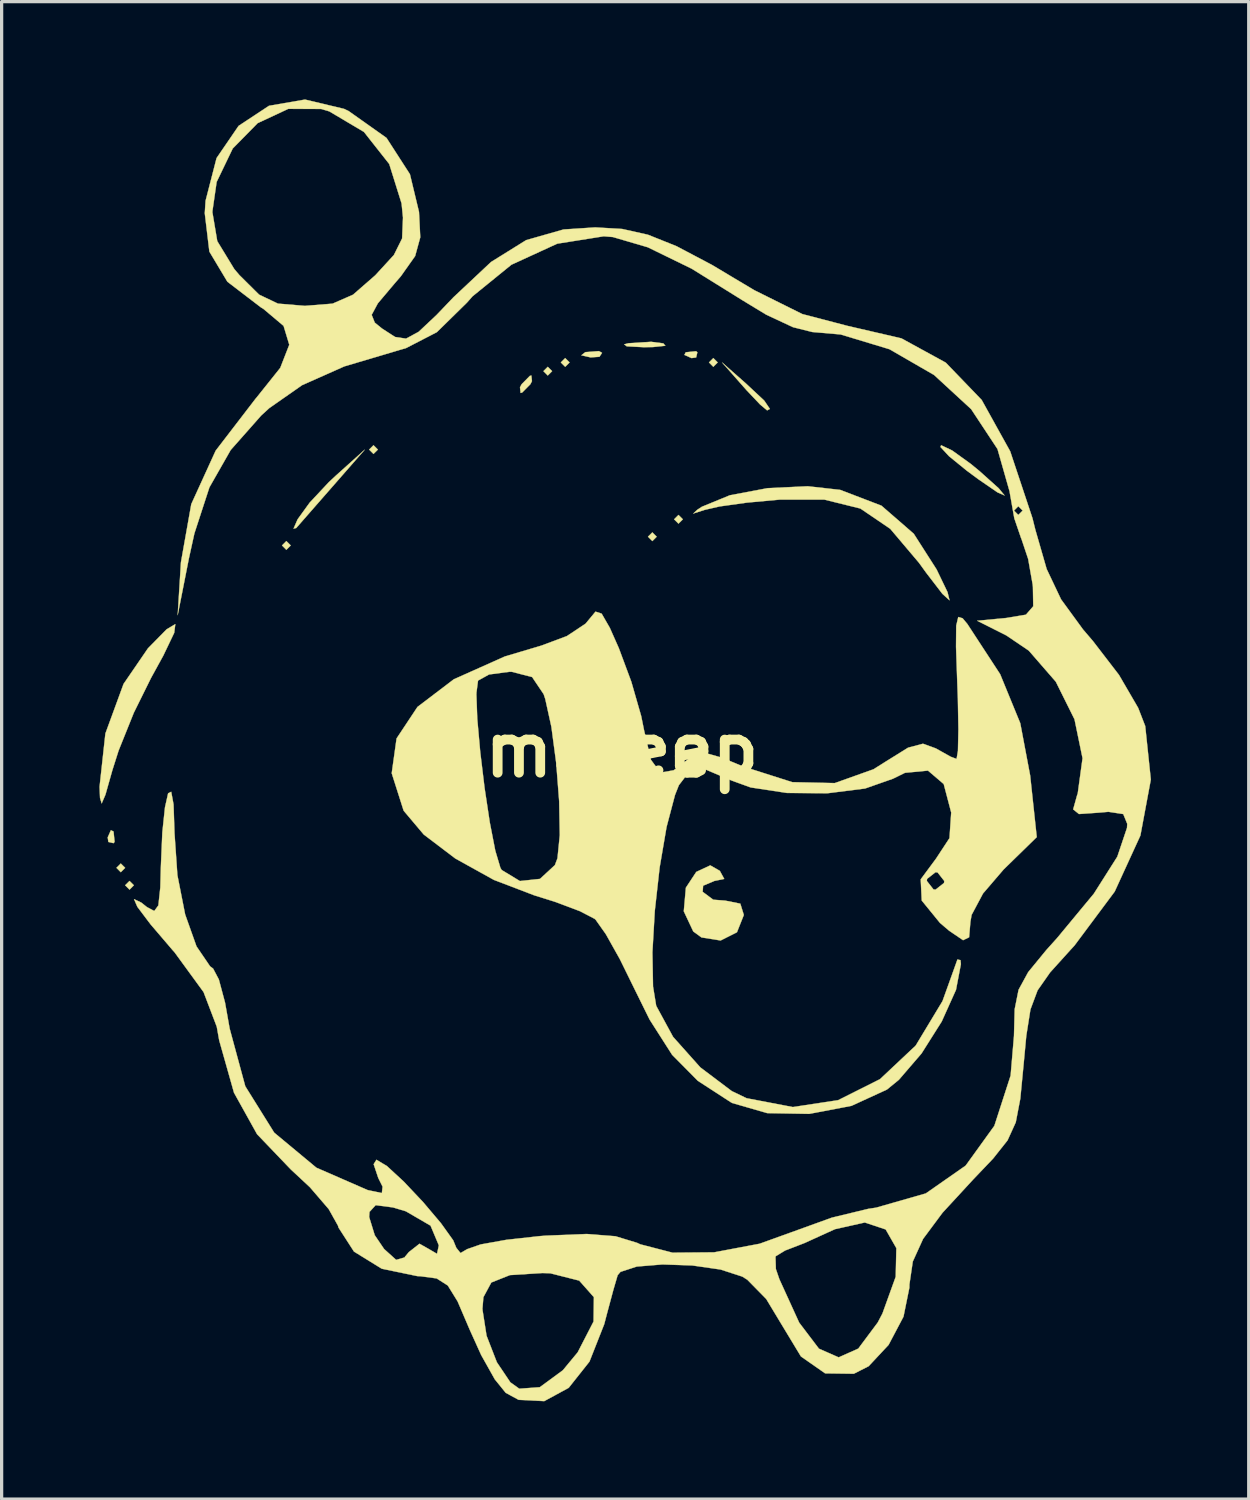
<source format=kicad_pcb>
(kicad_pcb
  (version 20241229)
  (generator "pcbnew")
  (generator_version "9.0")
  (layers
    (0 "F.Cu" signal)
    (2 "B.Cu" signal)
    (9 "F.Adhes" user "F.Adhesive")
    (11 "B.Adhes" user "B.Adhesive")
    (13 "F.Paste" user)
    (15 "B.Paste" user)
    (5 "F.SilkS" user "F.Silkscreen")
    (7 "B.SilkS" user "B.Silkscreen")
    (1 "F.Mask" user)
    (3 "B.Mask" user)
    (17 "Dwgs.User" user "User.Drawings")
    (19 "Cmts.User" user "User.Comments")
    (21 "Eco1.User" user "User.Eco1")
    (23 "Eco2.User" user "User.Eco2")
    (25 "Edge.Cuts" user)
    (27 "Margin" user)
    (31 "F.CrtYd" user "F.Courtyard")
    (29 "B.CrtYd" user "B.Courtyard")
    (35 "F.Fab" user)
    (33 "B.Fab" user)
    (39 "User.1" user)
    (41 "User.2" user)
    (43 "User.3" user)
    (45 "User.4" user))
  (footprint "mareep"
    (layer "F.Cu")
    (at 16.03 19.969)
    (property "Reference" "mareep" (at 0 0 0) (layer "F.SilkS") (effects (font (size 1.524 1.524) (thickness 0.3))))
    (attr through_hole)
    (fp_poly (pts (xy -15.24 3.609) (xy -15.374 3.743) (xy -15.507 3.609) (xy -15.374 3.476) (xy -15.24 3.609)) (stroke (width 0.01) (type solid)) (fill yes) (layer "F.SilkS"))
    (fp_poly (pts (xy -14.973 4.144) (xy -15.106 4.278) (xy -15.24 4.144) (xy -15.106 4.011) (xy -14.973 4.144)) (stroke (width 0.01) (type solid)) (fill yes) (layer "F.SilkS"))
    (fp_poly (pts (xy -10.16 -6.283) (xy -10.294 -6.149) (xy -10.427 -6.283) (xy -10.294 -6.417) (xy -10.16 -6.283)) (stroke (width 0.01) (type solid)) (fill yes) (layer "F.SilkS"))
    (fp_poly (pts (xy -7.486 -9.224) (xy -7.62 -9.091) (xy -7.754 -9.224) (xy -7.62 -9.358) (xy -7.486 -9.224)) (stroke (width 0.01) (type solid)) (fill yes) (layer "F.SilkS"))
    (fp_poly (pts (xy -2.139 -11.631) (xy -2.273 -11.497) (xy -2.406 -11.631) (xy -2.273 -11.764) (xy -2.139 -11.631)) (stroke (width 0.01) (type solid)) (fill yes) (layer "F.SilkS"))
    (fp_poly (pts (xy -1.604 -11.898) (xy -1.738 -11.764) (xy -1.872 -11.898) (xy -1.738 -12.032) (xy -1.604 -11.898)) (stroke (width 0.01) (type solid)) (fill yes) (layer "F.SilkS"))
    (fp_poly (pts (xy 1.069 -6.551) (xy 0.936 -6.417) (xy 0.802 -6.551) (xy 0.936 -6.684) (xy 1.069 -6.551)) (stroke (width 0.01) (type solid)) (fill yes) (layer "F.SilkS"))
    (fp_poly (pts (xy 1.872 -7.085) (xy 1.738 -6.952) (xy 1.604 -7.085) (xy 1.738 -7.219) (xy 1.872 -7.085)) (stroke (width 0.01) (type solid)) (fill yes) (layer "F.SilkS"))
    (fp_poly (pts (xy 2.941 -11.898) (xy 2.807 -11.764) (xy 2.674 -11.898) (xy 2.807 -12.032) (xy 2.941 -11.898)) (stroke (width 0.01) (type solid)) (fill yes) (layer "F.SilkS"))
    (fp_poly (pts (xy -15.596 2.495) (xy -15.564 2.813) (xy -15.596 2.852) (xy -15.755 2.815) (xy -15.775 2.674) (xy -15.677 2.454) (xy -15.596 2.495)) (stroke (width 0.01) (type solid)) (fill yes) (layer "F.SilkS"))
    (fp_poly (pts (xy -0.607 -12.193) (xy -0.687 -12.072) (xy -0.958 -12.053) (xy -1.243 -12.118) (xy -1.12 -12.214) (xy -0.702 -12.246) (xy -0.607 -12.193)) (stroke (width 0.01) (type solid)) (fill yes) (layer "F.SilkS"))
    (fp_poly (pts (xy 2.317 -12.21) (xy 2.28 -12.051) (xy 2.139 -12.032) (xy 1.919 -12.129) (xy 1.961 -12.21) (xy 2.278 -12.242) (xy 2.317 -12.21)) (stroke (width 0.01) (type solid)) (fill yes) (layer "F.SilkS"))
    (fp_poly (pts (xy -2.758 -11.324) (xy -2.807 -11.229) (xy -3.059 -10.974) (xy -3.106 -10.962) (xy -3.125 -11.135) (xy -3.075 -11.229) (xy -2.823 -11.485) (xy -2.776 -11.497) (xy -2.758 -11.324)) (stroke (width 0.01) (type solid)) (fill yes) (layer "F.SilkS"))
    (fp_poly (pts (xy 1.273 -12.483) (xy 1.336 -12.41) (xy 0.952 -12.37) (xy 0.668 -12.366) (xy 0.151 -12.393) (xy 0.072 -12.453) (xy 0.204 -12.488) (xy 0.9 -12.531) (xy 1.273 -12.483)) (stroke (width 0.01) (type solid)) (fill yes) (layer "F.SilkS"))
    (fp_poly (pts (xy 3.81 -11.25) (xy 4.369 -10.727) (xy 4.542 -10.473) (xy 4.458 -10.427) (xy 4.243 -10.607) (xy 3.824 -11.049) (xy 3.723 -11.163) (xy 3.075 -11.898) (xy 3.81 -11.25)) (stroke (width 0.01) (type solid)) (fill yes) (layer "F.SilkS"))
    (fp_poly (pts (xy -8.822 -8.154) (xy -9.397 -7.497) (xy -9.843 -6.987) (xy -9.991 -6.818) (xy -10.073 -6.799) (xy -9.948 -7.085) (xy -9.578 -7.597) (xy -8.989 -8.226) (xy -8.779 -8.422) (xy -7.887 -9.223) (xy -8.822 -8.154)) (stroke (width 0.01) (type solid)) (fill yes) (layer "F.SilkS"))
    (fp_poly (pts (xy 10.135 -9.197) (xy 10.699 -8.791) (xy 10.972 -8.567) (xy 11.565 -8.035) (xy 11.744 -7.816) (xy 11.527 -7.911) (xy 10.934 -8.318) (xy 10.588 -8.574) (xy 10.04 -9.02) (xy 9.777 -9.304) (xy 9.796 -9.358) (xy 10.135 -9.197)) (stroke (width 0.01) (type solid)) (fill yes) (layer "F.SilkS"))
    (fp_poly (pts (xy -13.734 -3.604) (xy -14.068 -2.906) (xy -14.446 -2.217) (xy -14.975 -1.148) (xy -15.441 0.011) (xy -15.632 0.612) (xy -15.844 1.362) (xy -15.96 1.633) (xy -16.011 1.464) (xy -16.025 1.121) (xy -15.846 -0.513) (xy -15.289 -2.034) (xy -14.539 -3.128) (xy -13.969 -3.708) (xy -13.701 -3.869) (xy -13.734 -3.604)) (stroke (width 0.01) (type solid)) (fill yes) (layer "F.SilkS"))
    (fp_poly (pts (xy 3.006 3.701) (xy 3.142 3.949) (xy 2.839 4.011) (xy 2.494 4.157) (xy 2.48 4.345) (xy 2.805 4.587) (xy 3.171 4.615) (xy 3.635 4.708) (xy 3.743 5.055) (xy 3.532 5.586) (xy 3.031 5.838) (xy 2.443 5.744) (xy 2.192 5.561) (xy 1.901 4.942) (xy 1.965 4.218) (xy 2.284 3.734) (xy 2.713 3.533) (xy 3.006 3.701)) (stroke (width 0.01) (type solid)) (fill yes) (layer "F.SilkS"))
    (fp_poly (pts (xy 6.699 -7.988) (xy 7.966 -7.503) (xy 8.957 -6.642) (xy 9.657 -5.548) (xy 9.993 -4.85) (xy 10.054 -4.599) (xy 9.836 -4.798) (xy 9.337 -5.447) (xy 9.117 -5.751) (xy 8.236 -6.793) (xy 7.319 -7.416) (xy 6.214 -7.689) (xy 4.839 -7.689) (xy 3.84 -7.597) (xy 2.996 -7.479) (xy 2.54 -7.374) (xy 2.192 -7.262) (xy 2.316 -7.378) (xy 2.456 -7.47) (xy 3.316 -7.823) (xy 4.474 -8.041) (xy 5.705 -8.099) (xy 6.699 -7.988)) (stroke (width 0.01) (type solid)) (fill yes) (layer "F.SilkS"))
    (fp_poly (pts (xy -0.62 -4.191) (xy -0.37 -3.757) (xy -0.091 -3.129) (xy 0.291 -2.101) (xy 0.593 -1.051) (xy 0.685 -0.598) (xy 0.893 0.294) (xy 1.182 0.688) (xy 1.592 0.615) (xy 1.882 0.392) (xy 2.212 0.138) (xy 2.549 0.08) (xy 3.065 0.227) (xy 3.72 0.499) (xy 5.228 0.98) (xy 6.533 1.009) (xy 7.721 0.585) (xy 8.095 0.35) (xy 8.783 -0.078) (xy 9.24 -0.199) (xy 9.634 -0.056) (xy 9.643 -0.051) (xy 10.093 0.201) (xy 10.271 0.267) (xy 10.313 0.02) (xy 10.327 -0.64) (xy 10.31 -1.592) (xy 10.292 -2.072) (xy 10.254 -3.176) (xy 10.26 -3.823) (xy 10.323 -4.088) (xy 10.456 -4.048) (xy 10.599 -3.877) (xy 11.608 -2.332) (xy 12.225 -0.828) (xy 12.529 0.779) (xy 12.731 2.666) (xy 11.713 3.66) (xy 11.082 4.396) (xy 10.732 5.053) (xy 10.695 5.268) (xy 10.655 5.74) (xy 10.47 5.829) (xy 10.043 5.539) (xy 9.761 5.299) (xy 9.202 4.613) (xy 9.173 4.011) (xy 9.358 4.011) (xy 9.561 4.27) (xy 9.625 4.278) (xy 9.885 4.074) (xy 9.893 4.011) (xy 9.689 3.751) (xy 9.625 3.743) (xy 9.366 3.947) (xy 9.358 4.011) (xy 9.173 4.011) (xy 9.171 3.961) (xy 9.638 3.33) (xy 10.053 2.698) (xy 10.106 1.912) (xy 9.876 1.038) (xy 9.394 0.626) (xy 8.688 0.693) (xy 8.32 0.874) (xy 7.463 1.175) (xy 6.306 1.321) (xy 5.065 1.311) (xy 3.953 1.142) (xy 3.378 0.934) (xy 2.588 0.6) (xy 2.086 0.635) (xy 1.75 1.073) (xy 1.631 1.374) (xy 1.372 2.356) (xy 1.16 3.595) (xy 1.011 4.931) (xy 0.938 6.202) (xy 0.957 7.249) (xy 1.054 7.842) (xy 1.572 8.795) (xy 2.408 9.732) (xy 3.374 10.46) (xy 3.827 10.678) (xy 5.245 10.949) (xy 6.636 10.738) (xy 7.921 10.093) (xy 9.016 9.063) (xy 9.839 7.698) (xy 10.121 6.913) (xy 10.297 6.421) (xy 10.391 6.442) (xy 10.403 6.565) (xy 10.253 7.352) (xy 9.815 8.324) (xy 9.196 9.304) (xy 8.5 10.113) (xy 8.134 10.412) (xy 7.045 10.912) (xy 5.749 11.158) (xy 4.46 11.135) (xy 3.388 10.825) (xy 3.342 10.8) (xy 2.333 10.145) (xy 1.544 9.348) (xy 0.852 8.265) (xy 0.399 7.347) (xy -0.063 6.407) (xy -0.491 5.644) (xy -0.802 5.204) (xy -0.834 5.174) (xy -1.285 4.939) (xy -2.058 4.649) (xy -2.691 4.451) (xy -3.926 3.979) (xy -5.107 3.324) (xy -6.079 2.586) (xy -6.687 1.865) (xy -6.698 1.846) (xy -7.061 0.706) (xy -6.912 -0.361) (xy -6.27 -1.329) (xy -5.729 -1.74) (xy -4.464 -1.74) (xy -4.436 -0.963) (xy -4.345 0.052) (xy -4.211 1.161) (xy -4.051 2.219) (xy -3.883 3.083) (xy -3.726 3.609) (xy -3.686 3.676) (xy -3.128 4.014) (xy -2.512 3.948) (xy -2.054 3.525) (xy -1.975 3.315) (xy -1.904 2.605) (xy -1.923 1.566) (xy -2.014 0.393) (xy -2.162 -0.719) (xy -2.35 -1.573) (xy -2.4 -1.721) (xy -2.753 -2.245) (xy -3.375 -2.405) (xy -3.453 -2.406) (xy -4.074 -2.324) (xy -4.413 -2.136) (xy -4.464 -1.74) (xy -5.729 -1.74) (xy -5.156 -2.176) (xy -3.591 -2.876) (xy -2.468 -3.21) (xy -1.687 -3.502) (xy -1.113 -3.883) (xy -1.008 -4.01) (xy -0.808 -4.252) (xy -0.62 -4.191)) (stroke (width 0.01) (type solid)) (fill yes) (layer "F.SilkS"))
    (fp_poly (pts (xy -8.525 -19.679) (xy -8.384 -19.612) (xy -7.221 -18.788) (xy -6.502 -17.673) (xy -6.224 -16.517) (xy -6.185 -15.737) (xy -6.342 -15.163) (xy -6.779 -14.545) (xy -6.976 -14.317) (xy -7.487 -13.711) (xy -7.676 -13.359) (xy -7.581 -13.12) (xy -7.356 -12.937) (xy -6.956 -12.679) (xy -6.621 -12.629) (xy -6.235 -12.838) (xy -5.682 -13.358) (xy -5.169 -13.895) (xy -4.014 -14.98) (xy -2.936 -15.651) (xy -1.789 -15.978) (xy -0.816 -16.042) (xy 0.008 -15.994) (xy 0.8 -15.817) (xy 1.678 -15.465) (xy 2.763 -14.892) (xy 4.064 -14.115) (xy 5.539 -13.382) (xy 6.924 -13.02) (xy 8.578 -12.637) (xy 9.939 -11.892) (xy 11.041 -10.748) (xy 11.916 -9.171) (xy 12.598 -7.123) (xy 12.688 -6.763) (xy 13.035 -5.559) (xy 13.477 -4.628) (xy 14.149 -3.707) (xy 14.455 -3.349) (xy 15.254 -2.31) (xy 15.842 -1.3) (xy 16.059 -0.741) (xy 16.231 0.901) (xy 15.911 2.617) (xy 15.122 4.338) (xy 13.888 5.993) (xy 13.763 6.129) (xy 13.14 6.819) (xy 12.756 7.368) (xy 12.537 7.955) (xy 12.41 8.761) (xy 12.33 9.614) (xy 12.226 10.692) (xy 12.087 11.417) (xy 11.835 11.97) (xy 11.391 12.53) (xy 10.782 13.169) (xy 9.839 14.192) (xy 9.243 14.994) (xy 8.927 15.689) (xy 8.824 16.391) (xy 8.822 16.492) (xy 8.642 17.38) (xy 8.185 18.246) (xy 7.573 18.901) (xy 7.118 19.132) (xy 6.238 19.12) (xy 5.495 18.601) (xy 4.903 17.622) (xy 4.43 16.838) (xy 3.851 16.248) (xy 3.694 16.15) (xy 3.029 15.934) (xy 2.159 15.809) (xy 1.247 15.778) (xy 0.458 15.843) (xy -0.042 16.006) (xy -0.129 16.109) (xy -0.261 16.561) (xy -0.459 17.299) (xy -0.54 17.61) (xy -0.993 18.759) (xy -1.631 19.564) (xy -2.381 19.972) (xy -3.167 19.932) (xy -3.562 19.718) (xy -3.898 19.303) (xy -4.316 18.558) (xy -4.668 17.78) (xy -4.936 17.153) (xy -4.278 17.153) (xy -4.151 17.965) (xy -3.835 18.779) (xy -3.421 19.395) (xy -3.147 19.591) (xy -2.517 19.545) (xy -1.81 19.025) (xy -1.355 18.475) (xy -0.868 17.529) (xy -0.858 16.782) (xy -1.308 16.274) (xy -2.198 16.049) (xy -2.438 16.042) (xy -3.434 16.105) (xy -4.005 16.332) (xy -4.248 16.783) (xy -4.278 17.153) (xy -4.936 17.153) (xy -5.04 16.911) (xy -5.34 16.425) (xy -5.682 16.207) (xy -6.18 16.14) (xy -6.275 16.136) (xy -7.367 15.909) (xy -8.219 15.383) (xy -8.694 14.646) (xy -8.709 14.59) (xy -8.859 14.321) (xy -7.754 14.321) (xy -7.582 14.881) (xy -7.295 15.304) (xy -6.925 15.638) (xy -6.671 15.565) (xy -6.644 15.531) (xy 4.714 15.531) (xy 4.726 15.918) (xy 4.833 16.23) (xy 5.441 17.563) (xy 6.048 18.363) (xy 6.653 18.629) (xy 7.254 18.361) (xy 7.852 17.559) (xy 7.996 17.284) (xy 8.403 16.156) (xy 8.423 15.277) (xy 8.095 14.704) (xy 7.456 14.491) (xy 6.543 14.695) (xy 6.319 14.796) (xy 5.606 15.121) (xy 5.033 15.342) (xy 5.016 15.347) (xy 4.714 15.531) (xy -6.644 15.531) (xy -6.537 15.401) (xy -6.209 15.143) (xy -5.926 15.303) (xy -5.671 15.452) (xy -5.615 15.193) (xy -5.869 14.588) (xy -6.627 14.147) (xy -7.02 14.029) (xy -7.554 13.959) (xy -7.743 14.166) (xy -7.754 14.321) (xy -8.859 14.321) (xy -8.994 14.08) (xy -9.57 13.41) (xy -10.16 12.86) (xy -11.193 11.781) (xy -11.9 10.51) (xy -12.354 8.904) (xy -12.429 8.483) (xy -12.834 7.421) (xy -13.722 6.203) (xy -13.783 6.135) (xy -14.463 5.339) (xy -14.866 4.804) (xy -14.968 4.569) (xy -14.744 4.676) (xy -14.572 4.813) (xy -14.347 4.933) (xy -14.221 4.762) (xy -14.161 4.208) (xy -14.144 3.575) (xy -14.099 2.52) (xy -14.018 1.752) (xy -13.921 1.321) (xy -13.827 1.275) (xy -13.755 1.663) (xy -13.726 2.532) (xy -13.726 2.54) (xy -13.637 3.834) (xy -13.399 5.04) (xy -13.051 6.018) (xy -12.634 6.631) (xy -12.542 6.699) (xy -12.365 7.034) (xy -12.176 7.74) (xy -12.033 8.543) (xy -11.554 10.311) (xy -10.666 11.735) (xy -9.372 12.81) (xy -7.798 13.497) (xy -7.363 13.588) (xy -7.341 13.391) (xy -7.473 13.126) (xy -7.615 12.703) (xy -7.53 12.566) (xy -7.211 12.756) (xy -6.692 13.235) (xy -6.097 13.866) (xy -5.55 14.513) (xy -5.174 15.038) (xy -5.08 15.267) (xy -4.95 15.429) (xy -4.746 15.309) (xy -4.331 15.164) (xy -3.54 15.022) (xy -2.53 14.91) (xy -2.339 14.895) (xy -1.082 14.844) (xy -0.196 14.913) (xy 0.47 15.116) (xy 0.563 15.16) (xy 1.555 15.417) (xy 2.833 15.406) (xy 4.227 15.143) (xy 5.411 14.716) (xy 6.442 14.343) (xy 7.563 14.072) (xy 7.801 14.036) (xy 9.327 13.599) (xy 10.549 12.746) (xy 11.43 11.524) (xy 11.929 9.983) (xy 12.032 8.769) (xy 12.054 7.945) (xy 12.173 7.351) (xy 12.469 6.808) (xy 13.02 6.136) (xy 13.356 5.762) (xy 14.482 4.403) (xy 15.203 3.266) (xy 15.5 2.383) (xy 15.507 2.257) (xy 15.385 1.959) (xy 14.931 1.89) (xy 14.617 1.917) (xy 14.026 1.958) (xy 13.848 1.815) (xy 13.969 1.38) (xy 13.988 1.329) (xy 14.136 0.246) (xy 13.889 -0.949) (xy 13.316 -2.101) (xy 12.486 -3.056) (xy 11.796 -3.523) (xy 10.903 -3.972) (xy 11.801 -4.058) (xy 12.398 -4.158) (xy 12.623 -4.416) (xy 12.613 -5.009) (xy 12.606 -5.08) (xy 12.467 -5.869) (xy 12.259 -6.49) (xy 12.25 -6.508) (xy 12.042 -7.115) (xy 12 -7.353) (xy 12.032 -7.353) (xy 12.165 -7.219) (xy 12.299 -7.353) (xy 12.165 -7.486) (xy 12.032 -7.353) (xy 12 -7.353) (xy 11.903 -7.902) (xy 11.901 -7.927) (xy 11.526 -9.242) (xy 10.719 -10.464) (xy 9.58 -11.513) (xy 8.211 -12.304) (xy 6.713 -12.757) (xy 5.842 -12.832) (xy 5.251 -12.98) (xy 4.43 -13.364) (xy 3.703 -13.805) (xy 2.144 -14.774) (xy 0.796 -15.432) (xy -0.275 -15.746) (xy -0.554 -15.769) (xy -1.983 -15.542) (xy -3.388 -14.897) (xy -4.583 -13.926) (xy -4.752 -13.734) (xy -5.676 -12.827) (xy -6.626 -12.336) (xy -6.813 -12.283) (xy -8.516 -11.777) (xy -9.81 -11.202) (xy -10.818 -10.497) (xy -11.065 -10.271) (xy -12.002 -9.211) (xy -12.655 -8.065) (xy -13.116 -6.651) (xy -13.285 -5.882) (xy -13.628 -4.144) (xy -13.528 -5.768) (xy -13.211 -7.551) (xy -12.462 -9.192) (xy -11.231 -10.795) (xy -11.21 -10.818) (xy -10.481 -11.731) (xy -10.204 -12.441) (xy -10.379 -13.02) (xy -11 -13.543) (xy -11.076 -13.589) (xy -12.103 -14.375) (xy -12.656 -15.299) (xy -12.797 -16.477) (xy -12.794 -16.519) (xy -12.565 -16.519) (xy -12.414 -15.621) (xy -11.894 -14.767) (xy -11.737 -14.581) (xy -11.129 -13.978) (xy -10.552 -13.703) (xy -9.746 -13.636) (xy -9.705 -13.636) (xy -8.876 -13.702) (xy -8.249 -13.976) (xy -7.569 -14.569) (xy -7.559 -14.579) (xy -6.994 -15.195) (xy -6.742 -15.702) (xy -6.715 -16.342) (xy -6.758 -16.776) (xy -7.137 -17.987) (xy -7.913 -18.971) (xy -8.975 -19.601) (xy -9.227 -19.676) (xy -10.235 -19.679) (xy -11.173 -19.242) (xy -11.939 -18.463) (xy -12.433 -17.436) (xy -12.565 -16.519) (xy -12.794 -16.519) (xy -12.772 -16.861) (xy -12.435 -18.169) (xy -11.759 -19.157) (xy -10.826 -19.773) (xy -9.721 -19.964) (xy -8.525 -19.679)) (stroke (width 0.01) (type solid)) (fill yes) (layer "F.SilkS")))
  (gr_rect
    (start -3 -3)
    (end 35.265 42.947)
    (stroke (width 0.1) (type default))
    (fill no)
    (layer "Edge.Cuts")))
</source>
